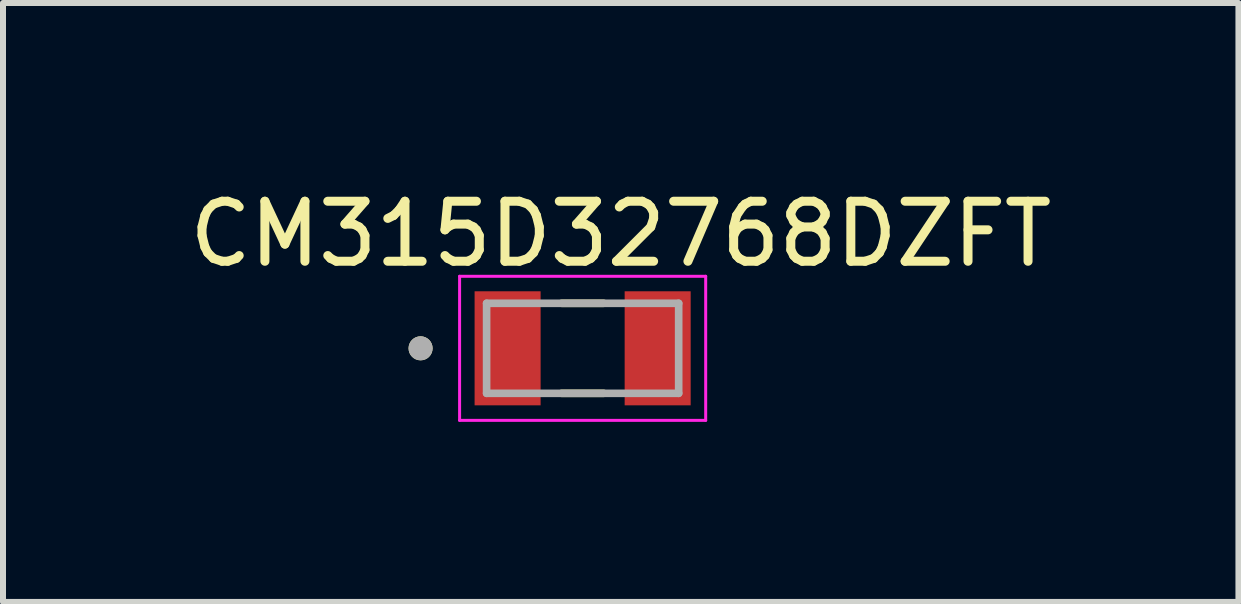
<source format=kicad_pcb>
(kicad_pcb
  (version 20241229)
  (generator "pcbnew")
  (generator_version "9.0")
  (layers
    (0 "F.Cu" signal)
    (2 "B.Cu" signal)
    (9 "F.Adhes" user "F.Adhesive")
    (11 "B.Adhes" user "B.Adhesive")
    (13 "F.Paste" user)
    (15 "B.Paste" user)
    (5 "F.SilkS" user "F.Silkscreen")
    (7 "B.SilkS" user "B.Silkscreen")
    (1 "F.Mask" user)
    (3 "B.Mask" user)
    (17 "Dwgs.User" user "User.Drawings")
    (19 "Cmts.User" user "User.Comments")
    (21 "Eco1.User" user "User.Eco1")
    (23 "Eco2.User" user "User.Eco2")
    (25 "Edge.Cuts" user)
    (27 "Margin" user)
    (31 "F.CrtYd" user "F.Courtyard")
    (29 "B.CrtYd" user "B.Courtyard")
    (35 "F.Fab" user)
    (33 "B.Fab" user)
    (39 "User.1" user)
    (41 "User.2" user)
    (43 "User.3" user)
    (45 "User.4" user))
  (footprint "CM315D32768DZFT"
    (layer "F.Cu")
    (at 6.657 2.753)
    (property "Reference" "CM315D32768DZFT" (at 0.635 -1.905 0) (layer "F.SilkS") (effects (font (size 1 1) (thickness 0.15))))
    (attr smd)
    (fp_line (start -0.35 -0.75) (end 0.35 -0.75) (stroke (width 0.127) (type solid)) (layer "F.SilkS"))
    (fp_line (start -0.35 0.75) (end 0.35 0.75) (stroke (width 0.127) (type solid)) (layer "F.SilkS"))
    (fp_circle (center -2.7 0) (end -2.6 0) (stroke (width 0.2) (type solid)) (fill no) (layer "F.SilkS"))
    (fp_line (start -2.05 -1.2) (end 2.05 -1.2) (stroke (width 0.05) (type solid)) (layer "F.CrtYd"))
    (fp_line (start -2.05 1.2) (end -2.05 -1.2) (stroke (width 0.05) (type solid)) (layer "F.CrtYd"))
    (fp_line (start 2.05 -1.2) (end 2.05 1.2) (stroke (width 0.05) (type solid)) (layer "F.CrtYd"))
    (fp_line (start 2.05 1.2) (end -2.05 1.2) (stroke (width 0.05) (type solid)) (layer "F.CrtYd"))
    (fp_line (start -1.6 -0.75) (end 1.6 -0.75) (stroke (width 0.127) (type solid)) (layer "F.Fab"))
    (fp_line (start -1.6 0.75) (end -1.6 -0.75) (stroke (width 0.127) (type solid)) (layer "F.Fab"))
    (fp_line (start 1.6 -0.75) (end 1.6 0.75) (stroke (width 0.127) (type solid)) (layer "F.Fab"))
    (fp_line (start 1.6 0.75) (end -1.6 0.75) (stroke (width 0.127) (type solid)) (layer "F.Fab"))
    (fp_circle (center -2.7 0) (end -2.6 0) (stroke (width 0.2) (type solid)) (fill no) (layer "F.Fab"))
    (pad "1" smd rect (at -1.25 0) (size 1.1 1.9) (layers "F.Cu" "F.Mask" "F.Paste"))
    (pad "2" smd rect (at 1.25 0) (size 1.1 1.9) (layers "F.Cu" "F.Mask" "F.Paste")))
  (gr_rect
    (start -3 -3)
    (end 17.583 6.978)
    (stroke (width 0.1) (type default))
    (fill no)
    (layer "Edge.Cuts")))
</source>
